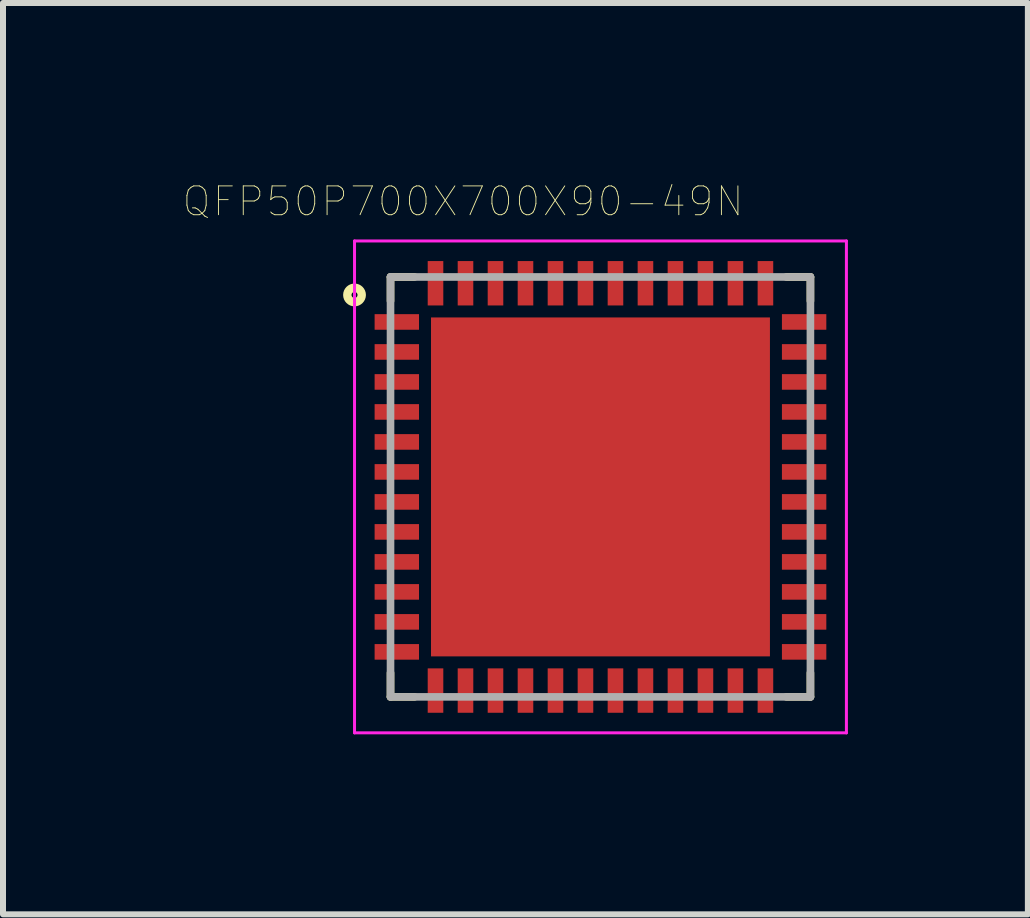
<source format=kicad_pcb>
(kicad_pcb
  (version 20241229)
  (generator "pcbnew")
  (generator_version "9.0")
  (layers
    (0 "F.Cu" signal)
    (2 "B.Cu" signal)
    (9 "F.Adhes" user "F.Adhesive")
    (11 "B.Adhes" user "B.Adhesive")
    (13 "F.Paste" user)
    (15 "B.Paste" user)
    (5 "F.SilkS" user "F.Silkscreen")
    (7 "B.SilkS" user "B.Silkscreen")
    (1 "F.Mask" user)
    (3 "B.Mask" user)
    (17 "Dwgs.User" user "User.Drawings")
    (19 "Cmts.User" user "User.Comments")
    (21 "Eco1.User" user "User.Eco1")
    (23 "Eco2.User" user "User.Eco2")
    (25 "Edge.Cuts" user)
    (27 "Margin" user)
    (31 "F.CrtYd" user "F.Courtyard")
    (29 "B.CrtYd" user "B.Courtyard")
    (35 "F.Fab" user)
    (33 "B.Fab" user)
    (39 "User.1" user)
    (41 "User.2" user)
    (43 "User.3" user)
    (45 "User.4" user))
  (footprint "QFP50P700X700X90-49N"
    (layer "F.Cu")
    (at 6.96 5.067)
    (property "Reference" "QFP50P700X700X90-49N" (at -2.29 -4.759 0) (layer "F.SilkS") (effects (font (size 0.481 0.481) (thickness 0.015))))
    (attr through_hole)
    (fp_line (start -3.5 -3.5) (end -3.5 -3.1) (stroke (width 0.127) (type solid)) (layer "F.SilkS"))
    (fp_line (start -3.5 3.5) (end -3.5 3.1) (stroke (width 0.127) (type solid)) (layer "F.SilkS"))
    (fp_line (start -3.1 -3.5) (end -3.5 -3.5) (stroke (width 0.127) (type solid)) (layer "F.SilkS"))
    (fp_line (start -3.1 3.5) (end -3.5 3.5) (stroke (width 0.127) (type solid)) (layer "F.SilkS"))
    (fp_line (start 3.1 -3.5) (end 3.5 -3.5) (stroke (width 0.127) (type solid)) (layer "F.SilkS"))
    (fp_line (start 3.1 3.5) (end 3.5 3.5) (stroke (width 0.127) (type solid)) (layer "F.SilkS"))
    (fp_line (start 3.5 -3.5) (end 3.5 -3.1) (stroke (width 0.127) (type solid)) (layer "F.SilkS"))
    (fp_line (start 3.5 3.5) (end 3.5 3.1) (stroke (width 0.127) (type solid)) (layer "F.SilkS"))
    (fp_circle (center -4.1 -3.2) (end -3.98 -3.2) (stroke (width 0.14) (type solid)) (fill no) (layer "F.SilkS"))
    (fp_poly (pts (xy -2.552 -0.665) (xy -1.215 -0.665) (xy -1.215 0.667) (xy -2.552 0.667)) (stroke (width 0.01) (type solid)) (fill yes) (layer "F.Paste"))
    (fp_poly (pts (xy -2.551 1.215) (xy -1.215 1.215) (xy -1.215 2.551) (xy -2.551 2.551)) (stroke (width 0.01) (type solid)) (fill yes) (layer "F.Paste"))
    (fp_poly (pts (xy -2.548 -2.545) (xy -1.215 -2.545) (xy -1.215 -1.216) (xy -2.548 -1.216)) (stroke (width 0.01) (type solid)) (fill yes) (layer "F.Paste"))
    (fp_poly (pts (xy -0.667 -2.545) (xy 0.665 -2.545) (xy 0.665 -1.218) (xy -0.667 -1.218)) (stroke (width 0.01) (type solid)) (fill yes) (layer "F.Paste"))
    (fp_poly (pts (xy -0.666 1.215) (xy 0.665 1.215) (xy 0.665 2.549) (xy -0.666 2.549)) (stroke (width 0.01) (type solid)) (fill yes) (layer "F.Paste"))
    (fp_poly (pts (xy -0.666 -0.665) (xy 0.665 -0.665) (xy 0.665 0.666) (xy -0.666 0.666)) (stroke (width 0.01) (type solid)) (fill yes) (layer "F.Paste"))
    (fp_poly (pts (xy 1.216 -2.545) (xy 2.545 -2.545) (xy 2.545 -1.216) (xy 1.216 -1.216)) (stroke (width 0.01) (type solid)) (fill yes) (layer "F.Paste"))
    (fp_poly (pts (xy 1.217 -0.665) (xy 2.545 -0.665) (xy 2.545 0.666) (xy 1.217 0.666)) (stroke (width 0.01) (type solid)) (fill yes) (layer "F.Paste"))
    (fp_poly (pts (xy 1.217 1.215) (xy 2.545 1.215) (xy 2.545 2.55) (xy 1.217 2.55)) (stroke (width 0.01) (type solid)) (fill yes) (layer "F.Paste"))
    (fp_line (start -4.1 -4.1) (end 4.1 -4.1) (stroke (width 0.05) (type solid)) (layer "F.CrtYd"))
    (fp_line (start -4.1 4.1) (end -4.1 -4.1) (stroke (width 0.05) (type solid)) (layer "F.CrtYd"))
    (fp_line (start 4.1 -4.1) (end 4.1 4.1) (stroke (width 0.05) (type solid)) (layer "F.CrtYd"))
    (fp_line (start 4.1 4.1) (end -4.1 4.1) (stroke (width 0.05) (type solid)) (layer "F.CrtYd"))
    (fp_line (start -3.5 -3.5) (end 3.5 -3.5) (stroke (width 0.127) (type solid)) (layer "F.Fab"))
    (fp_line (start -3.5 3.5) (end -3.5 -3.5) (stroke (width 0.127) (type solid)) (layer "F.Fab"))
    (fp_line (start 3.5 -3.5) (end 3.5 3.5) (stroke (width 0.127) (type solid)) (layer "F.Fab"))
    (fp_line (start 3.5 3.5) (end -3.5 3.5) (stroke (width 0.127) (type solid)) (layer "F.Fab"))
    (pad "1" smd rect (at -3.395 -2.75) (size 0.74 0.26) (layers "F.Cu" "F.Mask" "F.Paste"))
    (pad "2" smd rect (at -3.395 -2.25) (size 0.74 0.26) (layers "F.Cu" "F.Mask" "F.Paste"))
    (pad "3" smd rect (at -3.395 -1.75) (size 0.74 0.26) (layers "F.Cu" "F.Mask" "F.Paste"))
    (pad "4" smd rect (at -3.395 -1.25) (size 0.74 0.26) (layers "F.Cu" "F.Mask" "F.Paste"))
    (pad "5" smd rect (at -3.395 -0.75) (size 0.74 0.26) (layers "F.Cu" "F.Mask" "F.Paste"))
    (pad "6" smd rect (at -3.395 -0.25) (size 0.74 0.26) (layers "F.Cu" "F.Mask" "F.Paste"))
    (pad "7" smd rect (at -3.395 0.25) (size 0.74 0.26) (layers "F.Cu" "F.Mask" "F.Paste"))
    (pad "8" smd rect (at -3.395 0.75) (size 0.74 0.26) (layers "F.Cu" "F.Mask" "F.Paste"))
    (pad "9" smd rect (at -3.395 1.25) (size 0.74 0.26) (layers "F.Cu" "F.Mask" "F.Paste"))
    (pad "10" smd rect (at -3.395 1.75) (size 0.74 0.26) (layers "F.Cu" "F.Mask" "F.Paste"))
    (pad "11" smd rect (at -3.395 2.25) (size 0.74 0.26) (layers "F.Cu" "F.Mask" "F.Paste"))
    (pad "12" smd rect (at -3.395 2.75) (size 0.74 0.26) (layers "F.Cu" "F.Mask" "F.Paste"))
    (pad "13" smd rect (at -2.75 3.395) (size 0.26 0.74) (layers "F.Cu" "F.Mask" "F.Paste"))
    (pad "14" smd rect (at -2.25 3.395) (size 0.26 0.74) (layers "F.Cu" "F.Mask" "F.Paste"))
    (pad "15" smd rect (at -1.75 3.395) (size 0.26 0.74) (layers "F.Cu" "F.Mask" "F.Paste"))
    (pad "16" smd rect (at -1.25 3.395) (size 0.26 0.74) (layers "F.Cu" "F.Mask" "F.Paste"))
    (pad "17" smd rect (at -0.75 3.395) (size 0.26 0.74) (layers "F.Cu" "F.Mask" "F.Paste"))
    (pad "18" smd rect (at -0.25 3.395) (size 0.26 0.74) (layers "F.Cu" "F.Mask" "F.Paste"))
    (pad "19" smd rect (at 0.25 3.395) (size 0.26 0.74) (layers "F.Cu" "F.Mask" "F.Paste"))
    (pad "20" smd rect (at 0.75 3.395) (size 0.26 0.74) (layers "F.Cu" "F.Mask" "F.Paste"))
    (pad "21" smd rect (at 1.25 3.395) (size 0.26 0.74) (layers "F.Cu" "F.Mask" "F.Paste"))
    (pad "22" smd rect (at 1.75 3.395) (size 0.26 0.74) (layers "F.Cu" "F.Mask" "F.Paste"))
    (pad "23" smd rect (at 2.25 3.395) (size 0.26 0.74) (layers "F.Cu" "F.Mask" "F.Paste"))
    (pad "24" smd rect (at 2.75 3.395) (size 0.26 0.74) (layers "F.Cu" "F.Mask" "F.Paste"))
    (pad "25" smd rect (at 3.395 2.75) (size 0.74 0.26) (layers "F.Cu" "F.Mask" "F.Paste"))
    (pad "26" smd rect (at 3.395 2.25) (size 0.74 0.26) (layers "F.Cu" "F.Mask" "F.Paste"))
    (pad "27" smd rect (at 3.395 1.75) (size 0.74 0.26) (layers "F.Cu" "F.Mask" "F.Paste"))
    (pad "28" smd rect (at 3.395 1.25) (size 0.74 0.26) (layers "F.Cu" "F.Mask" "F.Paste"))
    (pad "29" smd rect (at 3.395 0.75) (size 0.74 0.26) (layers "F.Cu" "F.Mask" "F.Paste"))
    (pad "30" smd rect (at 3.395 0.25) (size 0.74 0.26) (layers "F.Cu" "F.Mask" "F.Paste"))
    (pad "31" smd rect (at 3.395 -0.25) (size 0.74 0.26) (layers "F.Cu" "F.Mask" "F.Paste"))
    (pad "32" smd rect (at 3.395 -0.75) (size 0.74 0.26) (layers "F.Cu" "F.Mask" "F.Paste"))
    (pad "33" smd rect (at 3.395 -1.25) (size 0.74 0.26) (layers "F.Cu" "F.Mask" "F.Paste"))
    (pad "34" smd rect (at 3.395 -1.75) (size 0.74 0.26) (layers "F.Cu" "F.Mask" "F.Paste"))
    (pad "35" smd rect (at 3.395 -2.25) (size 0.74 0.26) (layers "F.Cu" "F.Mask" "F.Paste"))
    (pad "36" smd rect (at 3.395 -2.75) (size 0.74 0.26) (layers "F.Cu" "F.Mask" "F.Paste"))
    (pad "37" smd rect (at 2.75 -3.395) (size 0.26 0.74) (layers "F.Cu" "F.Mask" "F.Paste"))
    (pad "38" smd rect (at 2.25 -3.395) (size 0.26 0.74) (layers "F.Cu" "F.Mask" "F.Paste"))
    (pad "39" smd rect (at 1.75 -3.395) (size 0.26 0.74) (layers "F.Cu" "F.Mask" "F.Paste"))
    (pad "40" smd rect (at 1.25 -3.395) (size 0.26 0.74) (layers "F.Cu" "F.Mask" "F.Paste"))
    (pad "41" smd rect (at 0.75 -3.395) (size 0.26 0.74) (layers "F.Cu" "F.Mask" "F.Paste"))
    (pad "42" smd rect (at 0.25 -3.395) (size 0.26 0.74) (layers "F.Cu" "F.Mask" "F.Paste"))
    (pad "43" smd rect (at -0.25 -3.395) (size 0.26 0.74) (layers "F.Cu" "F.Mask" "F.Paste"))
    (pad "44" smd rect (at -0.75 -3.395) (size 0.26 0.74) (layers "F.Cu" "F.Mask" "F.Paste"))
    (pad "45" smd rect (at -1.25 -3.395) (size 0.26 0.74) (layers "F.Cu" "F.Mask" "F.Paste"))
    (pad "46" smd rect (at -1.75 -3.395) (size 0.26 0.74) (layers "F.Cu" "F.Mask" "F.Paste"))
    (pad "47" smd rect (at -2.25 -3.395) (size 0.26 0.74) (layers "F.Cu" "F.Mask" "F.Paste"))
    (pad "48" smd rect (at -2.75 -3.395) (size 0.26 0.74) (layers "F.Cu" "F.Mask" "F.Paste"))
    (pad "49" smd rect (at 0 0) (size 5.65 5.65) (layers "F.Cu" "F.Mask")))
  (gr_rect
    (start -3 -3)
    (end 14.085 12.192)
    (stroke (width 0.1) (type default))
    (fill no)
    (layer "Edge.Cuts")))
</source>
